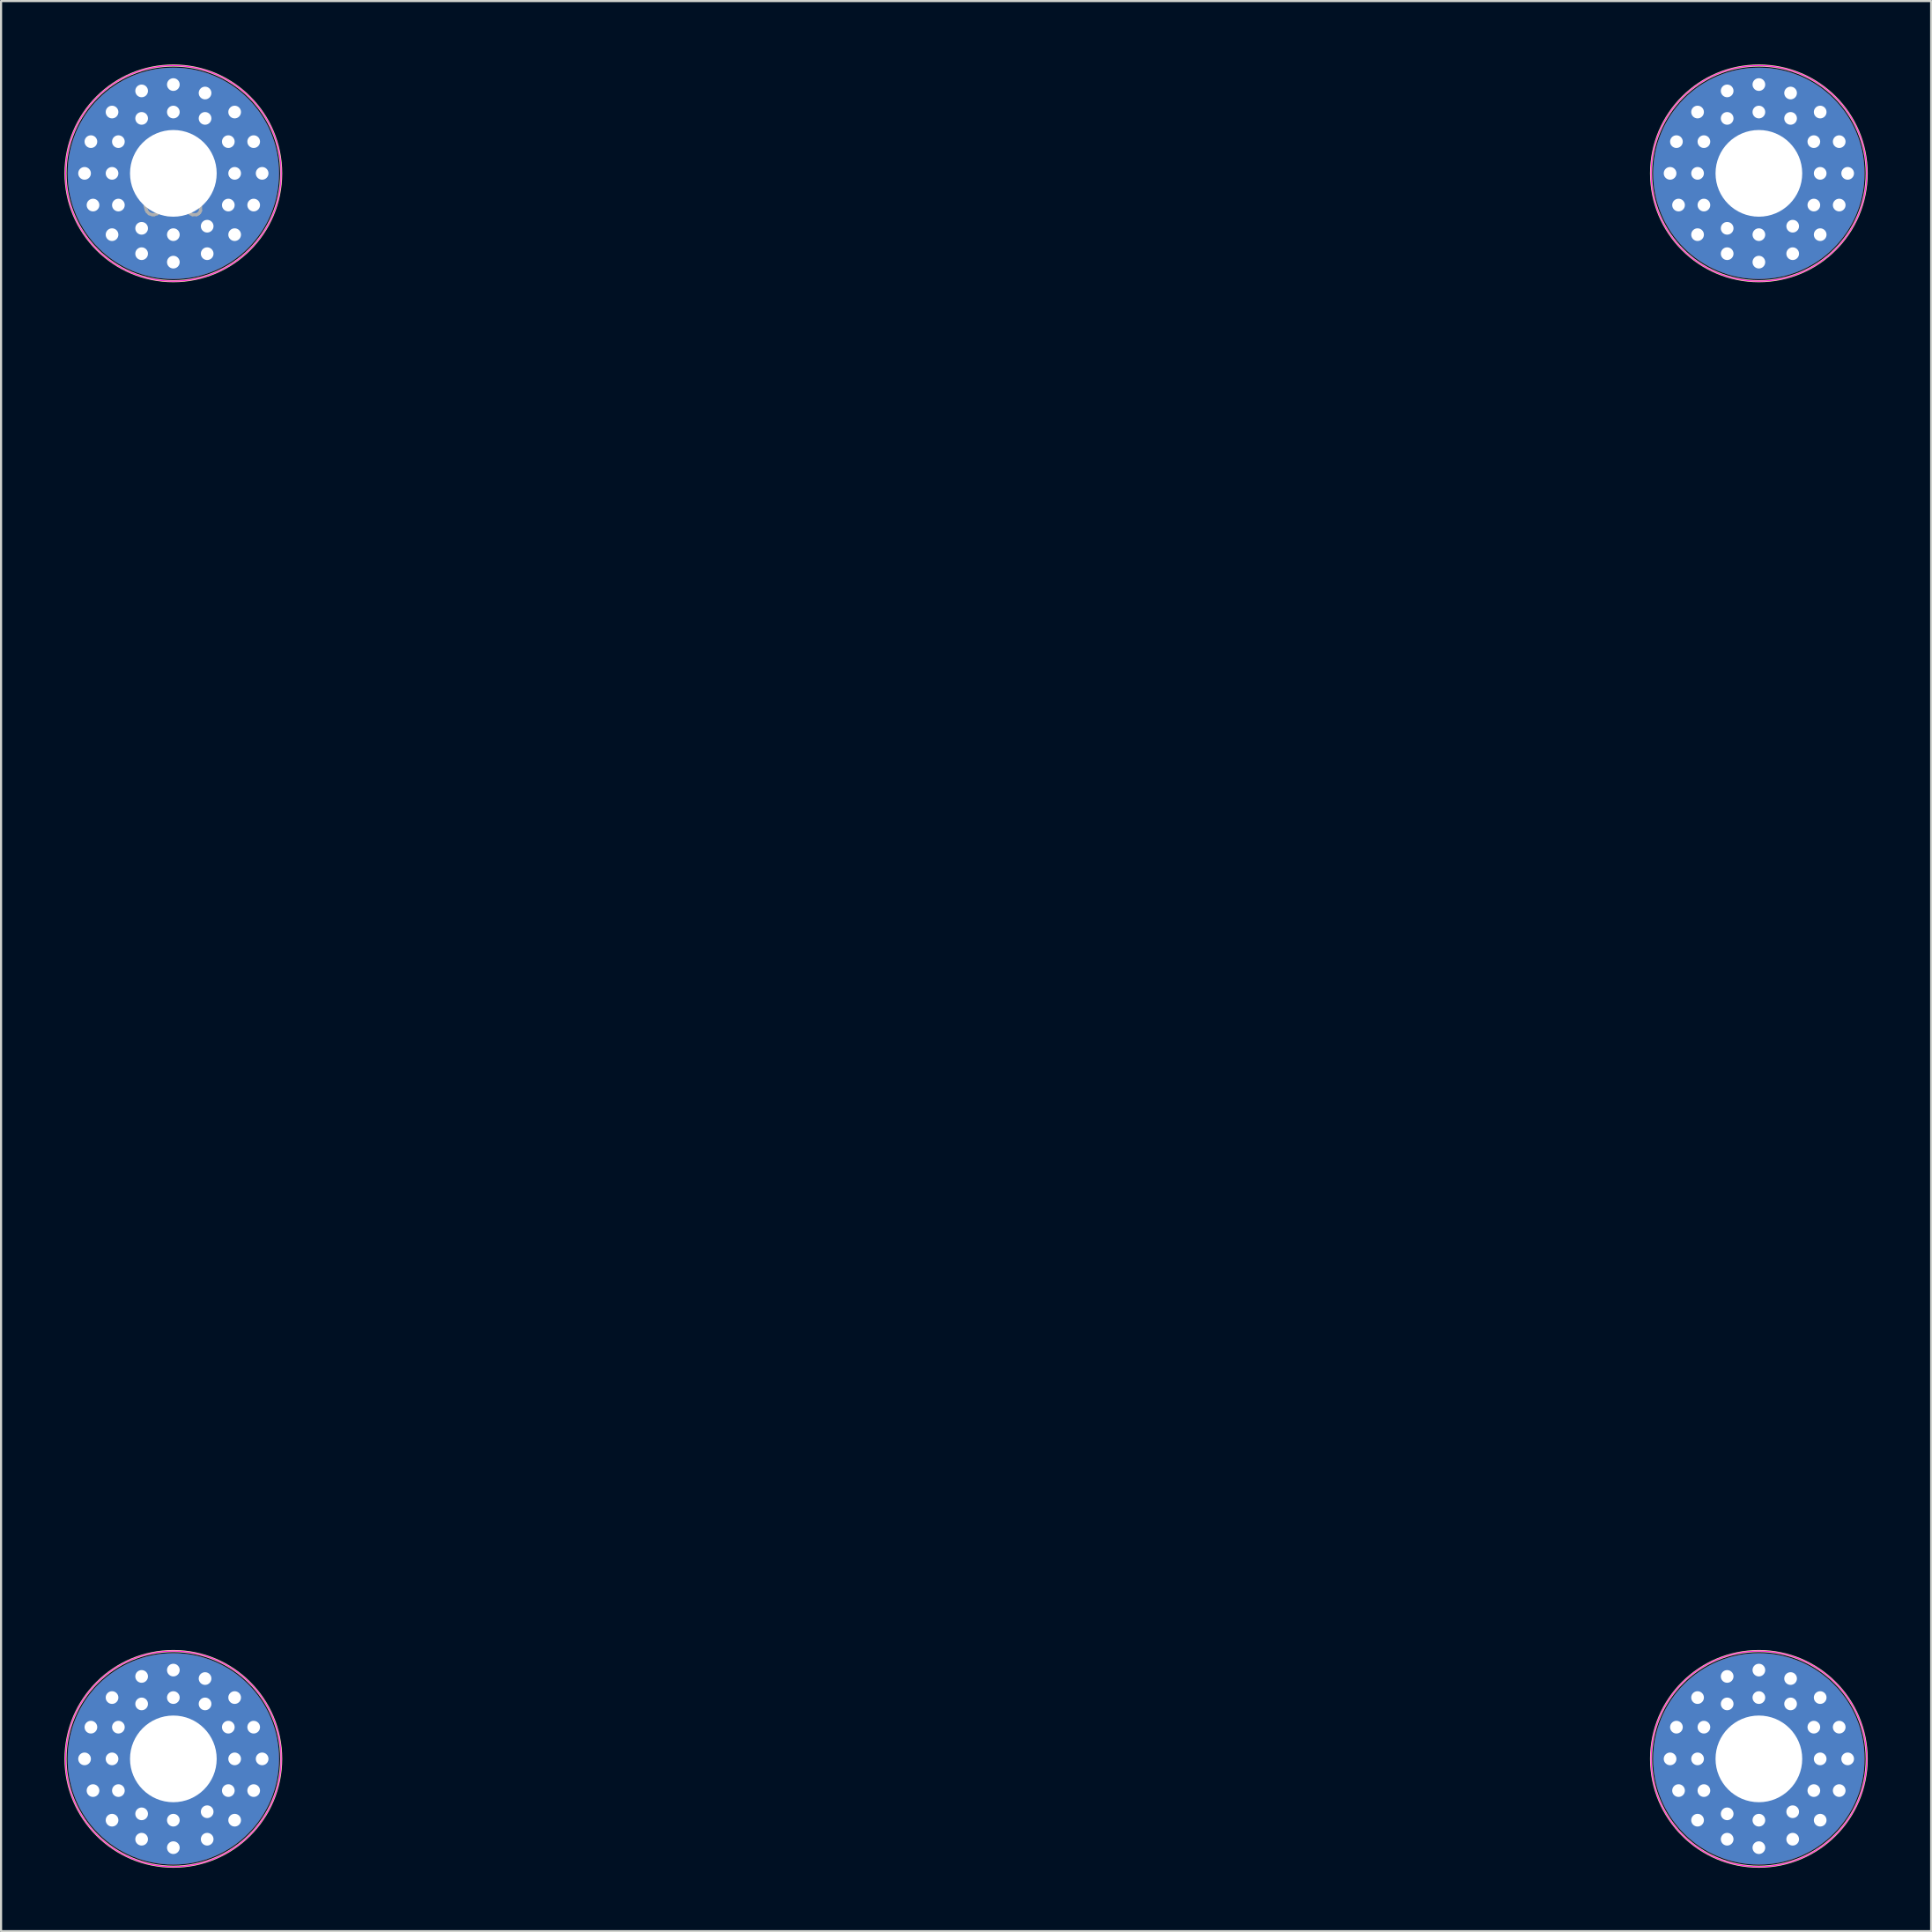
<source format=kicad_pcb>
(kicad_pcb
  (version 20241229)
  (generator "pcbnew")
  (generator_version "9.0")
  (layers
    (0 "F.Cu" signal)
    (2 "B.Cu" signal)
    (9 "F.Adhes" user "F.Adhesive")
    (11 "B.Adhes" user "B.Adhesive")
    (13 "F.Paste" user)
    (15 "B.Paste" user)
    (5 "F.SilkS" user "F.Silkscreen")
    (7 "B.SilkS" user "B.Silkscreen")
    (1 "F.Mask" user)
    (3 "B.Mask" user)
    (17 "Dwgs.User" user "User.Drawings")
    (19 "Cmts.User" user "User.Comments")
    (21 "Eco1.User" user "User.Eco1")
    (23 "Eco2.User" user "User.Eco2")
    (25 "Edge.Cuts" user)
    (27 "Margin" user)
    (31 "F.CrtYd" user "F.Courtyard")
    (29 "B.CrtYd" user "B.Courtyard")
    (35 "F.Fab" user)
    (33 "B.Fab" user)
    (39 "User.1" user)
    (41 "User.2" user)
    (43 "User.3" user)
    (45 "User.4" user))
  (footprint "CPU"
    (layer "F.Cu")
    (at 42.65 42.65)
    (property "Reference" "CPU" (at -37.5 -36 0) (layer "F.Fab") (effects (font (size 1 1) (thickness 0.15))))
    (attr through_hole)
    (fp_poly (pts (xy 18 18) (xy -18 18) (xy -18 -18) (xy 18 -18)) (stroke (width 2) (type solid)) (fill yes) (layer "F.Mask"))
    (fp_circle (center -37.5 -37.5) (end -32.4 -37.5) (stroke (width 0.1) (type solid)) (fill no) (layer "F.SilkS"))
    (fp_circle (center -37.5 37.5) (end -32.4 37.5) (stroke (width 0.1) (type solid)) (fill no) (layer "F.SilkS"))
    (fp_circle (center 37.5 -37.5) (end 42.6 -37.5) (stroke (width 0.1) (type solid)) (fill no) (layer "F.SilkS"))
    (fp_circle (center 37.5 37.5) (end 42.6 37.5) (stroke (width 0.1) (type solid)) (fill no) (layer "F.SilkS"))
    (fp_circle (center -37.5 -37.5) (end -32.4 -37.5) (stroke (width 0.05) (type solid)) (fill no) (layer "F.CrtYd"))
    (fp_circle (center -37.5 37.5) (end -32.4 37.5) (stroke (width 0.05) (type solid)) (fill no) (layer "F.CrtYd"))
    (fp_circle (center 37.5 -37.5) (end 42.6 -37.5) (stroke (width 0.05) (type solid)) (fill no) (layer "F.CrtYd"))
    (fp_circle (center 37.5 37.5) (end 42.6 37.5) (stroke (width 0.05) (type solid)) (fill no) (layer "F.CrtYd"))
    (pad "1" thru_hole circle (at -41.7 -37.5) (size 0.7 0.7) (drill 0.6) (layers "*.Cu" "*.Mask"))
    (pad "1" thru_hole circle (at -41.7 37.5) (size 0.7 0.7) (drill 0.6) (layers "*.Cu" "*.Mask"))
    (pad "1" thru_hole circle (at -41.4 -39) (size 0.7 0.7) (drill 0.6) (layers "*.Cu" "*.Mask"))
    (pad "1" thru_hole circle (at -41.4 36) (size 0.7 0.7) (drill 0.6) (layers "*.Cu" "*.Mask"))
    (pad "1" thru_hole circle (at -41.3 -36) (size 0.7 0.7) (drill 0.6) (layers "*.Cu" "*.Mask"))
    (pad "1" thru_hole circle (at -41.3 39) (size 0.7 0.7) (drill 0.6) (layers "*.Cu" "*.Mask"))
    (pad "1" thru_hole circle (at -40.4 -40.4) (size 0.7 0.7) (drill 0.6) (layers "*.Cu" "*.Mask"))
    (pad "1" thru_hole circle (at -40.4 -37.5) (size 0.7 0.7) (drill 0.6) (layers "*.Cu" "*.Mask"))
    (pad "1" thru_hole circle (at -40.4 -34.6) (size 0.7 0.7) (drill 0.6) (layers "*.Cu" "*.Mask"))
    (pad "1" thru_hole circle (at -40.4 34.6) (size 0.7 0.7) (drill 0.6) (layers "*.Cu" "*.Mask"))
    (pad "1" thru_hole circle (at -40.4 37.5) (size 0.7 0.7) (drill 0.6) (layers "*.Cu" "*.Mask"))
    (pad "1" thru_hole circle (at -40.4 40.4) (size 0.7 0.7) (drill 0.6) (layers "*.Cu" "*.Mask"))
    (pad "1" thru_hole circle (at -40.1 -39) (size 0.7 0.7) (drill 0.6) (layers "*.Cu" "*.Mask"))
    (pad "1" thru_hole circle (at -40.1 -36) (size 0.7 0.7) (drill 0.6) (layers "*.Cu" "*.Mask"))
    (pad "1" thru_hole circle (at -40.1 36) (size 0.7 0.7) (drill 0.6) (layers "*.Cu" "*.Mask"))
    (pad "1" thru_hole circle (at -40.1 39) (size 0.7 0.7) (drill 0.6) (layers "*.Cu" "*.Mask"))
    (pad "1" thru_hole circle (at -39 -41.4) (size 0.7 0.7) (drill 0.6) (layers "*.Cu" "*.Mask"))
    (pad "1" thru_hole circle (at -39 -40.1) (size 0.7 0.7) (drill 0.6) (layers "*.Cu" "*.Mask"))
    (pad "1" thru_hole circle (at -39 -34.9) (size 0.7 0.7) (drill 0.6) (layers "*.Cu" "*.Mask"))
    (pad "1" thru_hole circle (at -39 -33.7) (size 0.7 0.7) (drill 0.6) (layers "*.Cu" "*.Mask"))
    (pad "1" thru_hole circle (at -39 33.6) (size 0.7 0.7) (drill 0.6) (layers "*.Cu" "*.Mask"))
    (pad "1" thru_hole circle (at -39 34.9) (size 0.7 0.7) (drill 0.6) (layers "*.Cu" "*.Mask"))
    (pad "1" thru_hole circle (at -39 40.1) (size 0.7 0.7) (drill 0.6) (layers "*.Cu" "*.Mask"))
    (pad "1" thru_hole circle (at -39 41.3) (size 0.7 0.7) (drill 0.6) (layers "*.Cu" "*.Mask"))
    (pad "1" thru_hole circle (at -37.5 -41.7 90) (size 0.7 0.7) (drill 0.6) (layers "*.Cu" "*.Mask"))
    (pad "1" thru_hole circle (at -37.5 -40.4 90) (size 0.7 0.7) (drill 0.6) (layers "*.Cu" "*.Mask"))
    (pad "1" thru_hole circle (at -37.5 -37.5) (size 10 10) (drill 4.1) (layers "*.Cu" "*.Mask"))
    (pad "1" thru_hole circle (at -37.5 -34.6 90) (size 0.7 0.7) (drill 0.6) (layers "*.Cu" "*.Mask"))
    (pad "1" thru_hole circle (at -37.5 -33.3 90) (size 0.7 0.7) (drill 0.6) (layers "*.Cu" "*.Mask"))
    (pad "1" thru_hole circle (at -37.5 33.3 90) (size 0.7 0.7) (drill 0.6) (layers "*.Cu" "*.Mask"))
    (pad "1" thru_hole circle (at -37.5 34.6 90) (size 0.7 0.7) (drill 0.6) (layers "*.Cu" "*.Mask"))
    (pad "1" thru_hole circle (at -37.5 37.5) (size 10 10) (drill 4.1) (layers "*.Cu" "*.Mask"))
    (pad "1" thru_hole circle (at -37.5 40.4 90) (size 0.7 0.7) (drill 0.6) (layers "*.Cu" "*.Mask"))
    (pad "1" thru_hole circle (at -37.5 41.7 90) (size 0.7 0.7) (drill 0.6) (layers "*.Cu" "*.Mask"))
    (pad "1" thru_hole circle (at -36 -41.3) (size 0.7 0.7) (drill 0.6) (layers "*.Cu" "*.Mask"))
    (pad "1" thru_hole circle (at -36 -40.1) (size 0.7 0.7) (drill 0.6) (layers "*.Cu" "*.Mask"))
    (pad "1" thru_hole circle (at -36 33.7) (size 0.7 0.7) (drill 0.6) (layers "*.Cu" "*.Mask"))
    (pad "1" thru_hole circle (at -36 34.9) (size 0.7 0.7) (drill 0.6) (layers "*.Cu" "*.Mask"))
    (pad "1" thru_hole circle (at -35.9 -35) (size 0.7 0.7) (drill 0.6) (layers "*.Cu" "*.Mask"))
    (pad "1" thru_hole circle (at -35.9 -33.7) (size 0.7 0.7) (drill 0.6) (layers "*.Cu" "*.Mask"))
    (pad "1" thru_hole circle (at -35.9 40) (size 0.7 0.7) (drill 0.6) (layers "*.Cu" "*.Mask"))
    (pad "1" thru_hole circle (at -35.9 41.3) (size 0.7 0.7) (drill 0.6) (layers "*.Cu" "*.Mask"))
    (pad "1" thru_hole circle (at -34.9 -39) (size 0.7 0.7) (drill 0.6) (layers "*.Cu" "*.Mask"))
    (pad "1" thru_hole circle (at -34.9 -36) (size 0.7 0.7) (drill 0.6) (layers "*.Cu" "*.Mask"))
    (pad "1" thru_hole circle (at -34.9 36) (size 0.7 0.7) (drill 0.6) (layers "*.Cu" "*.Mask"))
    (pad "1" thru_hole circle (at -34.9 39) (size 0.7 0.7) (drill 0.6) (layers "*.Cu" "*.Mask"))
    (pad "1" thru_hole circle (at -34.6 -40.4) (size 0.7 0.7) (drill 0.6) (layers "*.Cu" "*.Mask"))
    (pad "1" thru_hole circle (at -34.6 -37.5) (size 0.7 0.7) (drill 0.6) (layers "*.Cu" "*.Mask"))
    (pad "1" thru_hole circle (at -34.6 -34.6) (size 0.7 0.7) (drill 0.6) (layers "*.Cu" "*.Mask"))
    (pad "1" thru_hole circle (at -34.6 34.6) (size 0.7 0.7) (drill 0.6) (layers "*.Cu" "*.Mask"))
    (pad "1" thru_hole circle (at -34.6 37.5) (size 0.7 0.7) (drill 0.6) (layers "*.Cu" "*.Mask"))
    (pad "1" thru_hole circle (at -34.6 40.4) (size 0.7 0.7) (drill 0.6) (layers "*.Cu" "*.Mask"))
    (pad "1" thru_hole circle (at -33.7 -39) (size 0.7 0.7) (drill 0.6) (layers "*.Cu" "*.Mask"))
    (pad "1" thru_hole circle (at -33.7 -36) (size 0.7 0.7) (drill 0.6) (layers "*.Cu" "*.Mask"))
    (pad "1" thru_hole circle (at -33.7 36) (size 0.7 0.7) (drill 0.6) (layers "*.Cu" "*.Mask"))
    (pad "1" thru_hole circle (at -33.7 39) (size 0.7 0.7) (drill 0.6) (layers "*.Cu" "*.Mask"))
    (pad "1" thru_hole circle (at -33.3 -37.5) (size 0.7 0.7) (drill 0.6) (layers "*.Cu" "*.Mask"))
    (pad "1" thru_hole circle (at -33.3 37.5) (size 0.7 0.7) (drill 0.6) (layers "*.Cu" "*.Mask"))
    (pad "1" thru_hole circle (at 33.3 -37.5) (size 0.7 0.7) (drill 0.6) (layers "*.Cu" "*.Mask"))
    (pad "1" thru_hole circle (at 33.3 37.5) (size 0.7 0.7) (drill 0.6) (layers "*.Cu" "*.Mask"))
    (pad "1" thru_hole circle (at 33.6 -39) (size 0.7 0.7) (drill 0.6) (layers "*.Cu" "*.Mask"))
    (pad "1" thru_hole circle (at 33.6 36) (size 0.7 0.7) (drill 0.6) (layers "*.Cu" "*.Mask"))
    (pad "1" thru_hole circle (at 33.7 -36) (size 0.7 0.7) (drill 0.6) (layers "*.Cu" "*.Mask"))
    (pad "1" thru_hole circle (at 33.7 39) (size 0.7 0.7) (drill 0.6) (layers "*.Cu" "*.Mask"))
    (pad "1" thru_hole circle (at 34.6 -40.4) (size 0.7 0.7) (drill 0.6) (layers "*.Cu" "*.Mask"))
    (pad "1" thru_hole circle (at 34.6 -37.5) (size 0.7 0.7) (drill 0.6) (layers "*.Cu" "*.Mask"))
    (pad "1" thru_hole circle (at 34.6 -34.6) (size 0.7 0.7) (drill 0.6) (layers "*.Cu" "*.Mask"))
    (pad "1" thru_hole circle (at 34.6 34.6) (size 0.7 0.7) (drill 0.6) (layers "*.Cu" "*.Mask"))
    (pad "1" thru_hole circle (at 34.6 37.5) (size 0.7 0.7) (drill 0.6) (layers "*.Cu" "*.Mask"))
    (pad "1" thru_hole circle (at 34.6 40.4) (size 0.7 0.7) (drill 0.6) (layers "*.Cu" "*.Mask"))
    (pad "1" thru_hole circle (at 34.9 -39) (size 0.7 0.7) (drill 0.6) (layers "*.Cu" "*.Mask"))
    (pad "1" thru_hole circle (at 34.9 -36) (size 0.7 0.7) (drill 0.6) (layers "*.Cu" "*.Mask"))
    (pad "1" thru_hole circle (at 34.9 36) (size 0.7 0.7) (drill 0.6) (layers "*.Cu" "*.Mask"))
    (pad "1" thru_hole circle (at 34.9 39) (size 0.7 0.7) (drill 0.6) (layers "*.Cu" "*.Mask"))
    (pad "1" thru_hole circle (at 36 -41.4) (size 0.7 0.7) (drill 0.6) (layers "*.Cu" "*.Mask"))
    (pad "1" thru_hole circle (at 36 -40.1) (size 0.7 0.7) (drill 0.6) (layers "*.Cu" "*.Mask"))
    (pad "1" thru_hole circle (at 36 -34.9) (size 0.7 0.7) (drill 0.6) (layers "*.Cu" "*.Mask"))
    (pad "1" thru_hole circle (at 36 -33.7) (size 0.7 0.7) (drill 0.6) (layers "*.Cu" "*.Mask"))
    (pad "1" thru_hole circle (at 36 33.6) (size 0.7 0.7) (drill 0.6) (layers "*.Cu" "*.Mask"))
    (pad "1" thru_hole circle (at 36 34.9) (size 0.7 0.7) (drill 0.6) (layers "*.Cu" "*.Mask"))
    (pad "1" thru_hole circle (at 36 40.1) (size 0.7 0.7) (drill 0.6) (layers "*.Cu" "*.Mask"))
    (pad "1" thru_hole circle (at 36 41.3) (size 0.7 0.7) (drill 0.6) (layers "*.Cu" "*.Mask"))
    (pad "1" thru_hole circle (at 37.5 -41.7 90) (size 0.7 0.7) (drill 0.6) (layers "*.Cu" "*.Mask"))
    (pad "1" thru_hole circle (at 37.5 -40.4 90) (size 0.7 0.7) (drill 0.6) (layers "*.Cu" "*.Mask"))
    (pad "1" thru_hole circle (at 37.5 -37.5) (size 10 10) (drill 4.1) (layers "*.Cu" "*.Mask"))
    (pad "1" thru_hole circle (at 37.5 -34.6 90) (size 0.7 0.7) (drill 0.6) (layers "*.Cu" "*.Mask"))
    (pad "1" thru_hole circle (at 37.5 -33.3 90) (size 0.7 0.7) (drill 0.6) (layers "*.Cu" "*.Mask"))
    (pad "1" thru_hole circle (at 37.5 33.3 90) (size 0.7 0.7) (drill 0.6) (layers "*.Cu" "*.Mask"))
    (pad "1" thru_hole circle (at 37.5 34.6 90) (size 0.7 0.7) (drill 0.6) (layers "*.Cu" "*.Mask"))
    (pad "1" thru_hole circle (at 37.5 37.5) (size 10 10) (drill 4.1) (layers "*.Cu" "*.Mask"))
    (pad "1" thru_hole circle (at 37.5 40.4 90) (size 0.7 0.7) (drill 0.6) (layers "*.Cu" "*.Mask"))
    (pad "1" thru_hole circle (at 37.5 41.7 90) (size 0.7 0.7) (drill 0.6) (layers "*.Cu" "*.Mask"))
    (pad "1" thru_hole circle (at 39 -41.3) (size 0.7 0.7) (drill 0.6) (layers "*.Cu" "*.Mask"))
    (pad "1" thru_hole circle (at 39 -40.1) (size 0.7 0.7) (drill 0.6) (layers "*.Cu" "*.Mask"))
    (pad "1" thru_hole circle (at 39 33.7) (size 0.7 0.7) (drill 0.6) (layers "*.Cu" "*.Mask"))
    (pad "1" thru_hole circle (at 39 34.9) (size 0.7 0.7) (drill 0.6) (layers "*.Cu" "*.Mask"))
    (pad "1" thru_hole circle (at 39.1 -35) (size 0.7 0.7) (drill 0.6) (layers "*.Cu" "*.Mask"))
    (pad "1" thru_hole circle (at 39.1 -33.7) (size 0.7 0.7) (drill 0.6) (layers "*.Cu" "*.Mask"))
    (pad "1" thru_hole circle (at 39.1 40) (size 0.7 0.7) (drill 0.6) (layers "*.Cu" "*.Mask"))
    (pad "1" thru_hole circle (at 39.1 41.3) (size 0.7 0.7) (drill 0.6) (layers "*.Cu" "*.Mask"))
    (pad "1" thru_hole circle (at 40.1 -39) (size 0.7 0.7) (drill 0.6) (layers "*.Cu" "*.Mask"))
    (pad "1" thru_hole circle (at 40.1 -36) (size 0.7 0.7) (drill 0.6) (layers "*.Cu" "*.Mask"))
    (pad "1" thru_hole circle (at 40.1 36) (size 0.7 0.7) (drill 0.6) (layers "*.Cu" "*.Mask"))
    (pad "1" thru_hole circle (at 40.1 39) (size 0.7 0.7) (drill 0.6) (layers "*.Cu" "*.Mask"))
    (pad "1" thru_hole circle (at 40.4 -40.4) (size 0.7 0.7) (drill 0.6) (layers "*.Cu" "*.Mask"))
    (pad "1" thru_hole circle (at 40.4 -37.5) (size 0.7 0.7) (drill 0.6) (layers "*.Cu" "*.Mask"))
    (pad "1" thru_hole circle (at 40.4 -34.6) (size 0.7 0.7) (drill 0.6) (layers "*.Cu" "*.Mask"))
    (pad "1" thru_hole circle (at 40.4 34.6) (size 0.7 0.7) (drill 0.6) (layers "*.Cu" "*.Mask"))
    (pad "1" thru_hole circle (at 40.4 37.5) (size 0.7 0.7) (drill 0.6) (layers "*.Cu" "*.Mask"))
    (pad "1" thru_hole circle (at 40.4 40.4) (size 0.7 0.7) (drill 0.6) (layers "*.Cu" "*.Mask"))
    (pad "1" thru_hole circle (at 41.3 -39) (size 0.7 0.7) (drill 0.6) (layers "*.Cu" "*.Mask"))
    (pad "1" thru_hole circle (at 41.3 -36) (size 0.7 0.7) (drill 0.6) (layers "*.Cu" "*.Mask"))
    (pad "1" thru_hole circle (at 41.3 36) (size 0.7 0.7) (drill 0.6) (layers "*.Cu" "*.Mask"))
    (pad "1" thru_hole circle (at 41.3 39) (size 0.7 0.7) (drill 0.6) (layers "*.Cu" "*.Mask"))
    (pad "1" thru_hole circle (at 41.7 -37.5) (size 0.7 0.7) (drill 0.6) (layers "*.Cu" "*.Mask"))
    (pad "1" thru_hole circle (at 41.7 37.5) (size 0.7 0.7) (drill 0.6) (layers "*.Cu" "*.Mask")))
  (gr_rect
    (start -3 -3)
    (end 88.3 88.3)
    (stroke (width 0.1) (type default))
    (fill no)
    (layer "Edge.Cuts")))
</source>
